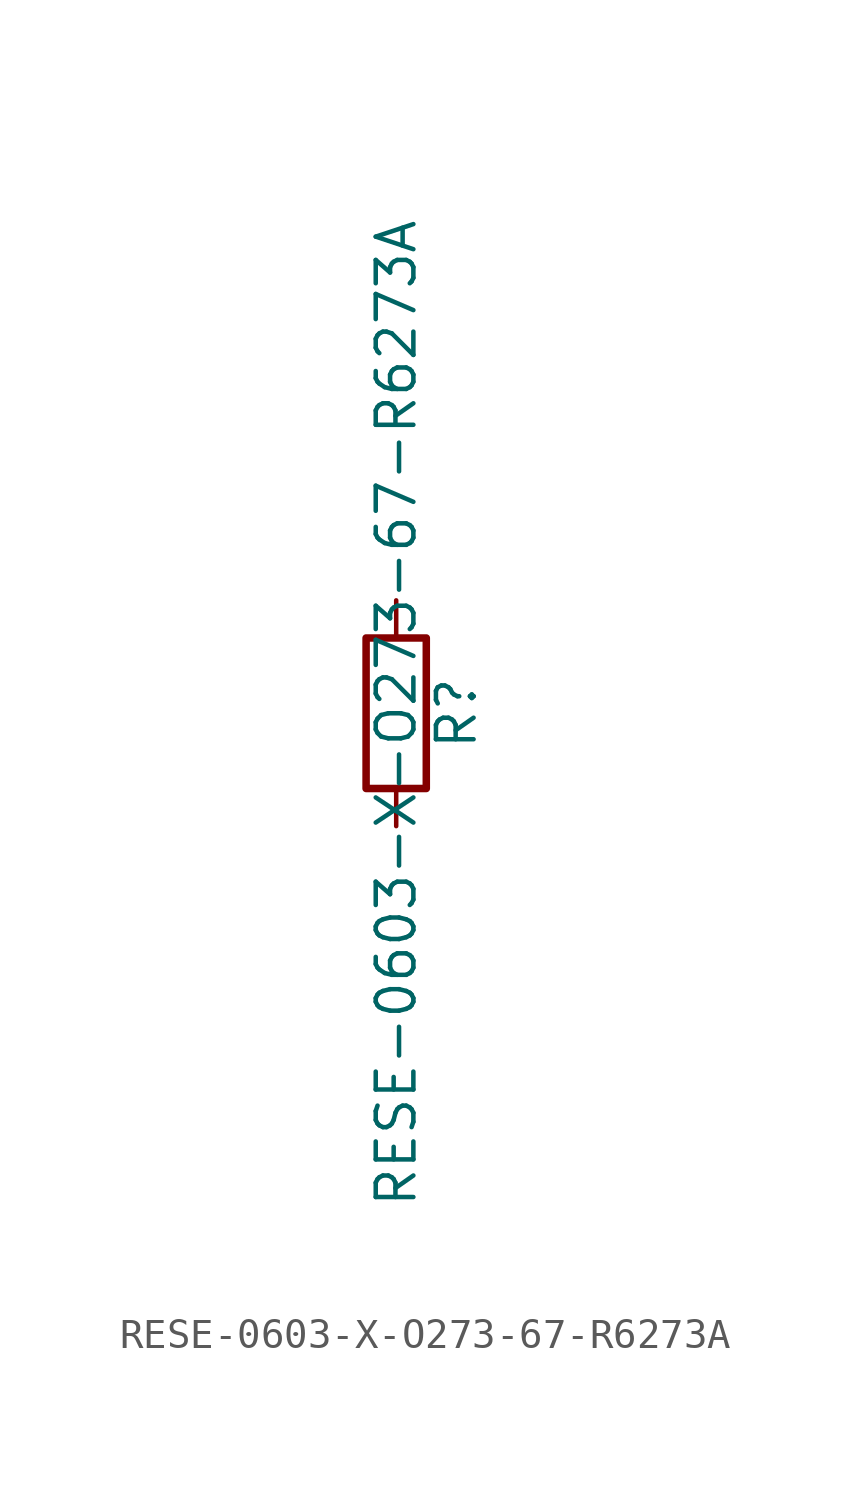
<source format=kicad_sym>
(kicad_symbol_lib
  (version 20211014)
  (generator kicad_symbol_editor)
  (symbol "RESE-0603-X-O273-67-R6273A"
    (pin_numbers hide)
    (pin_names
      (offset 0))
    (property "Reference" "R"
      (at 2.032 0 90)
      (effects (font (size 1.27 1.27))))
    (property "Value" "RESE-0603-X-O273-67-R6273A"
      (at 0 0 90)
      (effects (font (size 1.27 1.27))))
    (symbol "RESE-0603-X-O273-67-R6273A_0_1"
      (rectangle (start -1.016 -2.54) (end 1.016 2.54) (stroke (width 0.254) (type default) (color 0 0 0 0)) (fill (type none))))
    (symbol "RESE-0603-X-O273-67-R6273A_1_1"
      (pin passive line (at 0 3.81 270) (length 1.27) (name "~" (effects (font (size 1.27 1.27)))) (number "1" (effects (font (size 1.27 1.27)))))
      (pin passive line (at 0 -3.81 90) (length 1.27) (name "~" (effects (font (size 1.27 1.27)))) (number "2" (effects (font (size 1.27 1.27))))))))
</source>
